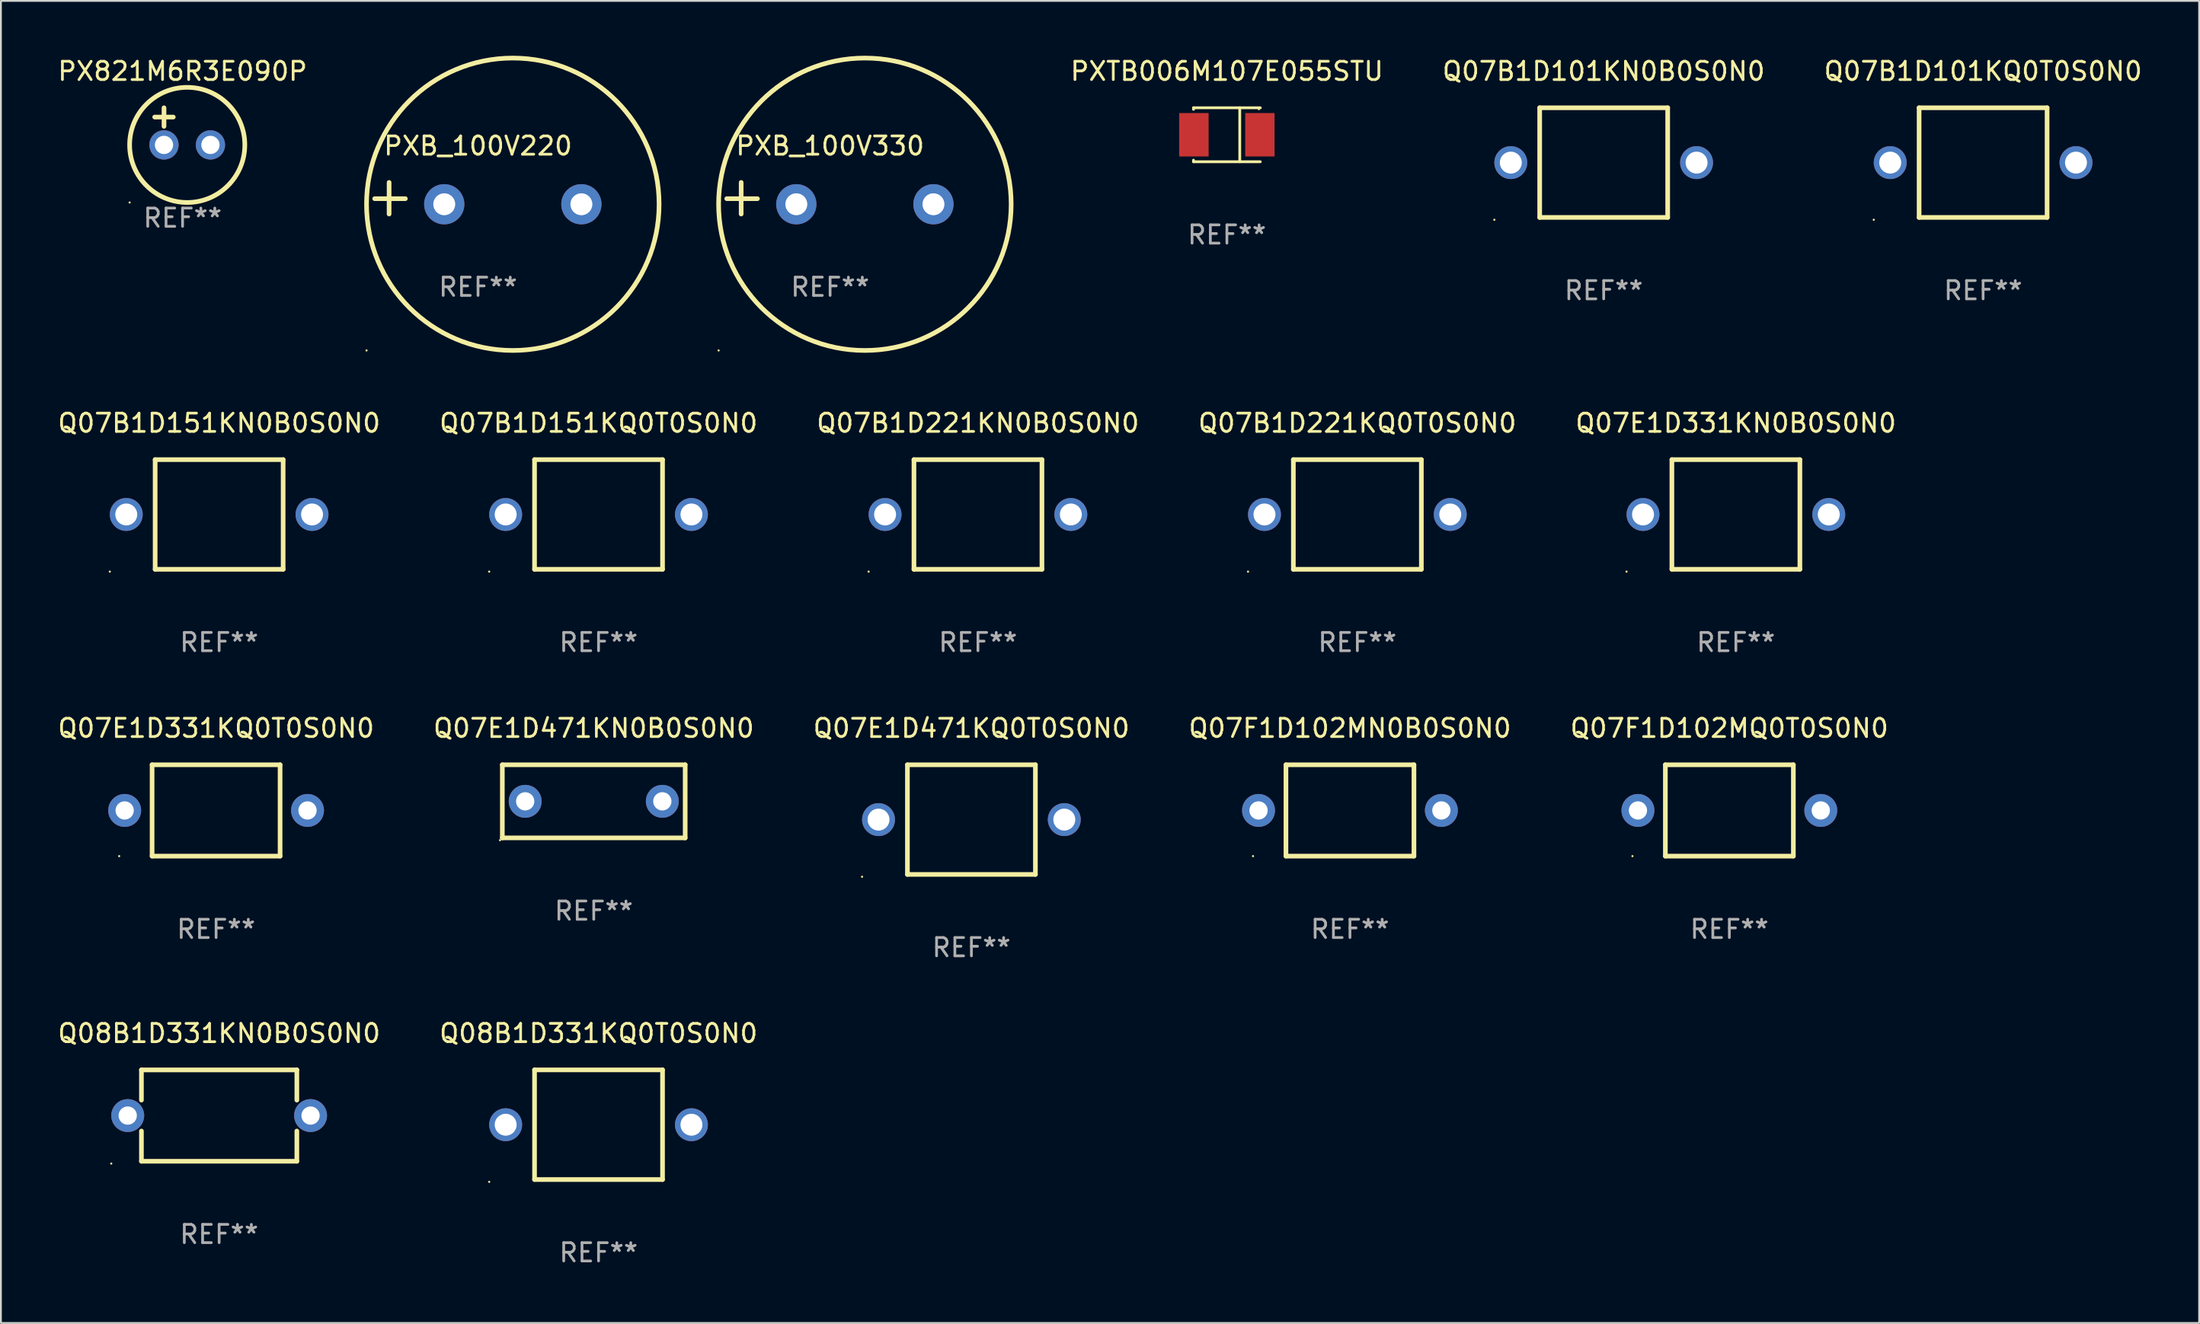
<source format=kicad_pcb>
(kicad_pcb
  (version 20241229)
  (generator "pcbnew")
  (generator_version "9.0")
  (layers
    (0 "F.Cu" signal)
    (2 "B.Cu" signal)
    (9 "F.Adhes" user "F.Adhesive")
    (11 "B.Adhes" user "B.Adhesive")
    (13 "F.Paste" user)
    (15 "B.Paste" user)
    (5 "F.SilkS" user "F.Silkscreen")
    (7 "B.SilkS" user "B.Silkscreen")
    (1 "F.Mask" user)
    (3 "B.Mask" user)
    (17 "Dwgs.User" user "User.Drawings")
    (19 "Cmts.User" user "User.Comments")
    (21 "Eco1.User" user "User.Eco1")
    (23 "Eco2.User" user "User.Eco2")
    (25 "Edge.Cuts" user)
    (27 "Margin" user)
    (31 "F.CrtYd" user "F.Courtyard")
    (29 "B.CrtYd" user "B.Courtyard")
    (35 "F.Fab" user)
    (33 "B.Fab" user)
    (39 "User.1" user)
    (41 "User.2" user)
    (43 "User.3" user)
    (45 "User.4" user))
  (footprint "PXB_100V220"
    (layer "F.Cu")
    (at 23.094 7.797)
    (property "Reference" "PXB_100V220" (at 0 -2.864 0) (layer "F.SilkS") (effects (font (size 1 1) (thickness 0.15))))
    (attr through_hole)
    (fp_line (start -4.864 0.864) (end -4.864 -0.864) (stroke (width 0.254) (type solid)) (layer "F.SilkS"))
    (fp_line (start -3.975 0.025) (end -5.652 0.025) (stroke (width 0.254) (type solid)) (layer "F.SilkS"))
    (fp_circle (center -6.098 8.33) (end -6.068 8.33) (stroke (width 0.06) (type solid)) (fill no) (layer "F.SilkS"))
    (fp_circle (center 1.902 0.33) (end 9.902 0.33) (stroke (width 0.254) (type solid)) (fill no) (layer "F.SilkS"))
    (fp_text user "REF**" (at 0 4.864 0) (layer "F.Fab") (effects (font (size 1 1) (thickness 0.15))))
    (pad "1" thru_hole circle (at -1.848 0.33) (size 2.2 2.2) (drill 1.2) (layers "*.Cu" "*.Mask"))
    (pad "2" thru_hole circle (at 5.652 0.33) (size 2.2 2.2) (drill 1.2) (layers "*.Cu" "*.Mask")))
  (footprint "Q07B1D101KQ0T0S0N0"
    (layer "F.Cu")
    (at 105.407 5.848)
    (property "Reference" "Q07B1D101KQ0T0S0N0" (at 0 -5 0) (layer "F.SilkS") (effects (font (size 1 1) (thickness 0.15))))
    (attr through_hole)
    (fp_line (start -3.5 -3) (end 3.5 -3) (stroke (width 0.254) (type solid)) (layer "F.SilkS"))
    (fp_line (start -3.5 3) (end -3.5 -3) (stroke (width 0.254) (type solid)) (layer "F.SilkS"))
    (fp_line (start 3.5 -3) (end 3.5 3) (stroke (width 0.254) (type solid)) (layer "F.SilkS"))
    (fp_line (start 3.5 3) (end -3.5 3) (stroke (width 0.254) (type solid)) (layer "F.SilkS"))
    (fp_circle (center -5.98 3.127) (end -5.95 3.127) (stroke (width 0.06) (type solid)) (fill no) (layer "F.SilkS"))
    (fp_text user "REF**" (at 0 7 0) (layer "F.Fab") (effects (font (size 1 1) (thickness 0.15))))
    (pad "1" thru_hole circle (at -5.08 0) (size 1.8 1.8) (drill 1.2) (layers "*.Cu" "*.Mask"))
    (pad "2" thru_hole circle (at 5.08 0) (size 1.8 1.8) (drill 1.2) (layers "*.Cu" "*.Mask")))
  (footprint "Q07F1D102MQ0T0S0N0"
    (layer "F.Cu")
    (at 91.53 41.298)
    (property "Reference" "Q07F1D102MQ0T0S0N0" (at 0 -4.499 0) (layer "F.SilkS") (effects (font (size 1 1) (thickness 0.15))))
    (attr through_hole)
    (fp_line (start -3.5 -2.499) (end 3.5 -2.499) (stroke (width 0.254) (type solid)) (layer "F.SilkS"))
    (fp_line (start -3.5 2.499) (end -3.5 -2.499) (stroke (width 0.254) (type solid)) (layer "F.SilkS"))
    (fp_line (start 3.5 -2.499) (end 3.5 2.499) (stroke (width 0.254) (type solid)) (layer "F.SilkS"))
    (fp_line (start 3.5 2.499) (end -3.5 2.499) (stroke (width 0.254) (type solid)) (layer "F.SilkS"))
    (fp_circle (center -5.3 2.5) (end -5.27 2.5) (stroke (width 0.06) (type solid)) (fill no) (layer "F.SilkS"))
    (fp_text user "REF**" (at 0 6.499 0) (layer "F.Fab") (effects (font (size 1 1) (thickness 0.15))))
    (pad "1" thru_hole circle (at -5 0) (size 1.8 1.8) (drill 1) (layers "*.Cu" "*.Mask"))
    (pad "2" thru_hole circle (at 5 0) (size 1.8 1.8) (drill 1) (layers "*.Cu" "*.Mask")))
  (footprint "PX821M6R3E090P"
    (layer "F.Cu")
    (at 6.935 3.864)
    (property "Reference" "PX821M6R3E090P" (at 0 -3.016 0) (layer "F.SilkS") (effects (font (size 1 1) (thickness 0.15))))
    (attr through_hole)
    (fp_line (start -1.524 -0.508) (end -0.508 -0.508) (stroke (width 0.254) (type solid)) (layer "F.SilkS"))
    (fp_line (start -1.016 -1.016) (end -1.016 0) (stroke (width 0.254) (type solid)) (layer "F.SilkS"))
    (fp_circle (center -2.896 4.166) (end -2.866 4.166) (stroke (width 0.06) (type solid)) (fill no) (layer "F.SilkS"))
    (fp_circle (center 0.254 1.016) (end 3.404 1.016) (stroke (width 0.254) (type solid)) (fill no) (layer "F.SilkS"))
    (fp_text user "REF**" (at 0 5.016 0) (layer "F.Fab") (effects (font (size 1 1) (thickness 0.15))))
    (pad "1" thru_hole circle (at -1.016 1.016) (size 1.6 1.6) (drill 1) (layers "*.Cu" "*.Mask"))
    (pad "2" thru_hole circle (at 1.524 1.016) (size 1.6 1.6) (drill 1) (layers "*.Cu" "*.Mask")))
  (footprint "Q07B1D221KQ0T0S0N0"
    (layer "F.Cu")
    (at 71.185 25.102)
    (property "Reference" "Q07B1D221KQ0T0S0N0" (at 0 -5 0) (layer "F.SilkS") (effects (font (size 1 1) (thickness 0.15))))
    (attr through_hole)
    (fp_line (start -3.5 -3) (end 3.5 -3) (stroke (width 0.254) (type solid)) (layer "F.SilkS"))
    (fp_line (start -3.5 3) (end -3.5 -3) (stroke (width 0.254) (type solid)) (layer "F.SilkS"))
    (fp_line (start 3.5 -3) (end 3.5 3) (stroke (width 0.254) (type solid)) (layer "F.SilkS"))
    (fp_line (start 3.5 3) (end -3.5 3) (stroke (width 0.254) (type solid)) (layer "F.SilkS"))
    (fp_circle (center -5.98 3.127) (end -5.95 3.127) (stroke (width 0.06) (type solid)) (fill no) (layer "F.SilkS"))
    (fp_text user "REF**" (at 0 7 0) (layer "F.Fab") (effects (font (size 1 1) (thickness 0.15))))
    (pad "1" thru_hole circle (at -5.08 0) (size 1.8 1.8) (drill 1.2) (layers "*.Cu" "*.Mask"))
    (pad "2" thru_hole circle (at 5.08 0) (size 1.8 1.8) (drill 1.2) (layers "*.Cu" "*.Mask")))
  (footprint "Q07B1D221KN0B0S0N0"
    (layer "F.Cu")
    (at 50.435 25.102)
    (property "Reference" "Q07B1D221KN0B0S0N0" (at 0 -5 0) (layer "F.SilkS") (effects (font (size 1 1) (thickness 0.15))))
    (attr through_hole)
    (fp_line (start -3.5 -3) (end 3.5 -3) (stroke (width 0.254) (type solid)) (layer "F.SilkS"))
    (fp_line (start -3.5 3) (end -3.5 -3) (stroke (width 0.254) (type solid)) (layer "F.SilkS"))
    (fp_line (start 3.5 -3) (end 3.5 3) (stroke (width 0.254) (type solid)) (layer "F.SilkS"))
    (fp_line (start 3.5 3) (end -3.5 3) (stroke (width 0.254) (type solid)) (layer "F.SilkS"))
    (fp_circle (center -5.98 3.127) (end -5.95 3.127) (stroke (width 0.06) (type solid)) (fill no) (layer "F.SilkS"))
    (fp_text user "REF**" (at 0 7 0) (layer "F.Fab") (effects (font (size 1 1) (thickness 0.15))))
    (pad "1" thru_hole circle (at -5.08 0) (size 1.8 1.8) (drill 1.2) (layers "*.Cu" "*.Mask"))
    (pad "2" thru_hole circle (at 5.08 0) (size 1.8 1.8) (drill 1.2) (layers "*.Cu" "*.Mask")))
  (footprint "Q07B1D101KN0B0S0N0"
    (layer "F.Cu")
    (at 84.657 5.848)
    (property "Reference" "Q07B1D101KN0B0S0N0" (at 0 -5 0) (layer "F.SilkS") (effects (font (size 1 1) (thickness 0.15))))
    (attr through_hole)
    (fp_line (start -3.5 -3) (end 3.5 -3) (stroke (width 0.254) (type solid)) (layer "F.SilkS"))
    (fp_line (start -3.5 3) (end -3.5 -3) (stroke (width 0.254) (type solid)) (layer "F.SilkS"))
    (fp_line (start 3.5 -3) (end 3.5 3) (stroke (width 0.254) (type solid)) (layer "F.SilkS"))
    (fp_line (start 3.5 3) (end -3.5 3) (stroke (width 0.254) (type solid)) (layer "F.SilkS"))
    (fp_circle (center -5.98 3.127) (end -5.95 3.127) (stroke (width 0.06) (type solid)) (fill no) (layer "F.SilkS"))
    (fp_text user "REF**" (at 0 7 0) (layer "F.Fab") (effects (font (size 1 1) (thickness 0.15))))
    (pad "1" thru_hole circle (at -5.08 0) (size 1.8 1.8) (drill 1.2) (layers "*.Cu" "*.Mask"))
    (pad "2" thru_hole circle (at 5.08 0) (size 1.8 1.8) (drill 1.2) (layers "*.Cu" "*.Mask")))
  (footprint "Q07E1D331KN0B0S0N0"
    (layer "F.Cu")
    (at 91.887 25.102)
    (property "Reference" "Q07E1D331KN0B0S0N0" (at 0 -5 0) (layer "F.SilkS") (effects (font (size 1 1) (thickness 0.15))))
    (attr through_hole)
    (fp_line (start -3.5 -3) (end 3.5 -3) (stroke (width 0.254) (type solid)) (layer "F.SilkS"))
    (fp_line (start -3.5 3) (end -3.5 -3) (stroke (width 0.254) (type solid)) (layer "F.SilkS"))
    (fp_line (start 3.5 -3) (end 3.5 3) (stroke (width 0.254) (type solid)) (layer "F.SilkS"))
    (fp_line (start 3.5 3) (end -3.5 3) (stroke (width 0.254) (type solid)) (layer "F.SilkS"))
    (fp_circle (center -5.98 3.127) (end -5.95 3.127) (stroke (width 0.06) (type solid)) (fill no) (layer "F.SilkS"))
    (fp_text user "REF**" (at 0 7 0) (layer "F.Fab") (effects (font (size 1 1) (thickness 0.15))))
    (pad "1" thru_hole circle (at -5.08 0) (size 1.8 1.8) (drill 1.2) (layers "*.Cu" "*.Mask"))
    (pad "2" thru_hole circle (at 5.08 0) (size 1.8 1.8) (drill 1.2) (layers "*.Cu" "*.Mask")))
  (footprint "PXB_100V330"
    (layer "F.Cu")
    (at 42.349 7.797)
    (property "Reference" "PXB_100V330" (at 0 -2.864 0) (layer "F.SilkS") (effects (font (size 1 1) (thickness 0.15))))
    (attr through_hole)
    (fp_line (start -4.864 0.864) (end -4.864 -0.864) (stroke (width 0.254) (type solid)) (layer "F.SilkS"))
    (fp_line (start -3.975 0.025) (end -5.652 0.025) (stroke (width 0.254) (type solid)) (layer "F.SilkS"))
    (fp_circle (center -6.098 8.33) (end -6.068 8.33) (stroke (width 0.06) (type solid)) (fill no) (layer "F.SilkS"))
    (fp_circle (center 1.902 0.33) (end 9.902 0.33) (stroke (width 0.254) (type solid)) (fill no) (layer "F.SilkS"))
    (fp_text user "REF**" (at 0 4.864 0) (layer "F.Fab") (effects (font (size 1 1) (thickness 0.15))))
    (pad "1" thru_hole circle (at -1.848 0.33) (size 2.2 2.2) (drill 1.2) (layers "*.Cu" "*.Mask"))
    (pad "2" thru_hole circle (at 5.652 0.33) (size 2.2 2.2) (drill 1.2) (layers "*.Cu" "*.Mask")))
  (footprint "Q08B1D331KN0B0S0N0"
    (layer "F.Cu")
    (at 8.935 57.995)
    (property "Reference" "Q08B1D331KN0B0S0N0" (at 0 -4.499 0) (layer "F.SilkS") (effects (font (size 1 1) (thickness 0.15))))
    (attr through_hole)
    (fp_line (start -4.25 -2.499) (end -4.25 -0.846) (stroke (width 0.254) (type solid)) (layer "F.SilkS"))
    (fp_line (start -4.25 -2.499) (end 4.25 -2.499) (stroke (width 0.254) (type solid)) (layer "F.SilkS"))
    (fp_line (start -4.25 0.846) (end -4.25 2.499) (stroke (width 0.254) (type solid)) (layer "F.SilkS"))
    (fp_line (start 4.25 -0.846) (end 4.25 -2.499) (stroke (width 0.254) (type solid)) (layer "F.SilkS"))
    (fp_line (start 4.25 2.499) (end -4.25 2.499) (stroke (width 0.254) (type solid)) (layer "F.SilkS"))
    (fp_line (start 4.25 2.499) (end 4.25 0.846) (stroke (width 0.254) (type solid)) (layer "F.SilkS"))
    (fp_circle (center -5.9 2.626) (end -5.87 2.626) (stroke (width 0.06) (type solid)) (fill no) (layer "F.SilkS"))
    (fp_text user "REF**" (at 0 6.499 0) (layer "F.Fab") (effects (font (size 1 1) (thickness 0.15))))
    (pad "1" thru_hole circle (at -5 0) (size 1.8 1.8) (drill 1) (layers "*.Cu" "*.Mask"))
    (pad "2" thru_hole circle (at 5 0) (size 1.8 1.8) (drill 1) (layers "*.Cu" "*.Mask")))
  (footprint "PXTB006M107E055STU"
    (layer "F.Cu")
    (at 64.05 4.324)
    (property "Reference" "PXTB006M107E055STU" (at 0 -3.476 0) (layer "F.SilkS") (effects (font (size 1 1) (thickness 0.15))))
    (attr through_hole)
    (fp_line (start -1.826 -1.476) (end -1.826 -1.391) (stroke (width 0.152) (type solid)) (layer "F.SilkS"))
    (fp_line (start -1.826 -1.476) (end 1.826 -1.476) (stroke (width 0.152) (type solid)) (layer "F.SilkS"))
    (fp_line (start -1.826 1.476) (end -1.826 1.391) (stroke (width 0.152) (type solid)) (layer "F.SilkS"))
    (fp_line (start -1.826 1.476) (end 1.826 1.476) (stroke (width 0.152) (type solid)) (layer "F.SilkS"))
    (fp_line (start 0.704 -1.476) (end 0.704 1.476) (stroke (width 0.152) (type solid)) (layer "F.SilkS"))
    (fp_circle (center 1.75 -1.4) (end 1.78 -1.4) (stroke (width 0.06) (type solid)) (fill no) (layer "F.SilkS"))
    (fp_text user "REF**" (at 0 5.476 0) (layer "F.Fab") (effects (font (size 1 1) (thickness 0.15))))
    (pad "1" smd rect (at 1.804 0) (size 1.607 2.376) (layers "F.Cu" "F.Mask" "F.Paste"))
    (pad "2" smd rect (at -1.804 0) (size 1.607 2.376) (layers "F.Cu" "F.Mask" "F.Paste")))
  (footprint "Q07E1D471KQ0T0S0N0"
    (layer "F.Cu")
    (at 50.077 41.799)
    (property "Reference" "Q07E1D471KQ0T0S0N0" (at 0 -5 0) (layer "F.SilkS") (effects (font (size 1 1) (thickness 0.15))))
    (attr through_hole)
    (fp_line (start -3.5 -3) (end 3.5 -3) (stroke (width 0.254) (type solid)) (layer "F.SilkS"))
    (fp_line (start -3.5 3) (end -3.5 -3) (stroke (width 0.254) (type solid)) (layer "F.SilkS"))
    (fp_line (start 3.5 -3) (end 3.5 3) (stroke (width 0.254) (type solid)) (layer "F.SilkS"))
    (fp_line (start 3.5 3) (end -3.5 3) (stroke (width 0.254) (type solid)) (layer "F.SilkS"))
    (fp_circle (center -5.98 3.127) (end -5.95 3.127) (stroke (width 0.06) (type solid)) (fill no) (layer "F.SilkS"))
    (fp_text user "REF**" (at 0 7 0) (layer "F.Fab") (effects (font (size 1 1) (thickness 0.15))))
    (pad "1" thru_hole circle (at -5.08 0) (size 1.8 1.8) (drill 1.2) (layers "*.Cu" "*.Mask"))
    (pad "2" thru_hole circle (at 5.08 0) (size 1.8 1.8) (drill 1.2) (layers "*.Cu" "*.Mask")))
  (footprint "Q07F1D102MN0B0S0N0"
    (layer "F.Cu")
    (at 70.78 41.298)
    (property "Reference" "Q07F1D102MN0B0S0N0" (at 0 -4.499 0) (layer "F.SilkS") (effects (font (size 1 1) (thickness 0.15))))
    (attr through_hole)
    (fp_line (start -3.5 -2.499) (end 3.5 -2.499) (stroke (width 0.254) (type solid)) (layer "F.SilkS"))
    (fp_line (start -3.5 2.499) (end -3.5 -2.499) (stroke (width 0.254) (type solid)) (layer "F.SilkS"))
    (fp_line (start 3.5 -2.499) (end 3.5 2.499) (stroke (width 0.254) (type solid)) (layer "F.SilkS"))
    (fp_line (start 3.5 2.499) (end -3.5 2.499) (stroke (width 0.254) (type solid)) (layer "F.SilkS"))
    (fp_circle (center -5.3 2.5) (end -5.27 2.5) (stroke (width 0.06) (type solid)) (fill no) (layer "F.SilkS"))
    (fp_text user "REF**" (at 0 6.499 0) (layer "F.Fab") (effects (font (size 1 1) (thickness 0.15))))
    (pad "1" thru_hole circle (at -5 0) (size 1.8 1.8) (drill 1) (layers "*.Cu" "*.Mask"))
    (pad "2" thru_hole circle (at 5 0) (size 1.8 1.8) (drill 1) (layers "*.Cu" "*.Mask")))
  (footprint "Q08B1D331KQ0T0S0N0"
    (layer "F.Cu")
    (at 29.685 58.495)
    (property "Reference" "Q08B1D331KQ0T0S0N0" (at 0 -5 0) (layer "F.SilkS") (effects (font (size 1 1) (thickness 0.15))))
    (attr through_hole)
    (fp_line (start -3.5 -3) (end 3.5 -3) (stroke (width 0.254) (type solid)) (layer "F.SilkS"))
    (fp_line (start -3.5 3) (end -3.5 -3) (stroke (width 0.254) (type solid)) (layer "F.SilkS"))
    (fp_line (start 3.5 -3) (end 3.5 3) (stroke (width 0.254) (type solid)) (layer "F.SilkS"))
    (fp_line (start 3.5 3) (end -3.5 3) (stroke (width 0.254) (type solid)) (layer "F.SilkS"))
    (fp_circle (center -5.98 3.127) (end -5.95 3.127) (stroke (width 0.06) (type solid)) (fill no) (layer "F.SilkS"))
    (fp_text user "REF**" (at 0 7 0) (layer "F.Fab") (effects (font (size 1 1) (thickness 0.15))))
    (pad "1" thru_hole circle (at -5.08 0) (size 1.8 1.8) (drill 1.2) (layers "*.Cu" "*.Mask"))
    (pad "2" thru_hole circle (at 5.08 0) (size 1.8 1.8) (drill 1.2) (layers "*.Cu" "*.Mask")))
  (footprint "Q07E1D471KN0B0S0N0"
    (layer "F.Cu")
    (at 29.423 40.799)
    (property "Reference" "Q07E1D471KN0B0S0N0" (at 0 -4 0) (layer "F.SilkS") (effects (font (size 1 1) (thickness 0.15))))
    (attr through_hole)
    (fp_line (start -5 -2) (end 5 -2) (stroke (width 0.254) (type solid)) (layer "F.SilkS"))
    (fp_line (start -5 2) (end -5 -2) (stroke (width 0.254) (type solid)) (layer "F.SilkS"))
    (fp_line (start 5 -2) (end 5 2) (stroke (width 0.254) (type solid)) (layer "F.SilkS"))
    (fp_line (start 5 2) (end -5 2) (stroke (width 0.254) (type solid)) (layer "F.SilkS"))
    (fp_circle (center -5.127 2.127) (end -5.097 2.127) (stroke (width 0.06) (type solid)) (fill no) (layer "F.SilkS"))
    (fp_text user "REF**" (at 0 6 0) (layer "F.Fab") (effects (font (size 1 1) (thickness 0.15))))
    (pad "1" thru_hole circle (at -3.75 0) (size 1.8 1.8) (drill 1) (layers "*.Cu" "*.Mask"))
    (pad "2" thru_hole circle (at 3.75 0) (size 1.8 1.8) (drill 1) (layers "*.Cu" "*.Mask")))
  (footprint "Q07B1D151KN0B0S0N0"
    (layer "F.Cu")
    (at 8.935 25.102)
    (property "Reference" "Q07B1D151KN0B0S0N0" (at 0 -5 0) (layer "F.SilkS") (effects (font (size 1 1) (thickness 0.15))))
    (attr through_hole)
    (fp_line (start -3.5 -3) (end 3.5 -3) (stroke (width 0.254) (type solid)) (layer "F.SilkS"))
    (fp_line (start -3.5 3) (end -3.5 -3) (stroke (width 0.254) (type solid)) (layer "F.SilkS"))
    (fp_line (start 3.5 -3) (end 3.5 3) (stroke (width 0.254) (type solid)) (layer "F.SilkS"))
    (fp_line (start 3.5 3) (end -3.5 3) (stroke (width 0.254) (type solid)) (layer "F.SilkS"))
    (fp_circle (center -5.98 3.127) (end -5.95 3.127) (stroke (width 0.06) (type solid)) (fill no) (layer "F.SilkS"))
    (fp_text user "REF**" (at 0 7 0) (layer "F.Fab") (effects (font (size 1 1) (thickness 0.15))))
    (pad "1" thru_hole circle (at -5.08 0) (size 1.8 1.8) (drill 1.2) (layers "*.Cu" "*.Mask"))
    (pad "2" thru_hole circle (at 5.08 0) (size 1.8 1.8) (drill 1.2) (layers "*.Cu" "*.Mask")))
  (footprint "Q07B1D151KQ0T0S0N0"
    (layer "F.Cu")
    (at 29.685 25.102)
    (property "Reference" "Q07B1D151KQ0T0S0N0" (at 0 -5 0) (layer "F.SilkS") (effects (font (size 1 1) (thickness 0.15))))
    (attr through_hole)
    (fp_line (start -3.5 -3) (end 3.5 -3) (stroke (width 0.254) (type solid)) (layer "F.SilkS"))
    (fp_line (start -3.5 3) (end -3.5 -3) (stroke (width 0.254) (type solid)) (layer "F.SilkS"))
    (fp_line (start 3.5 -3) (end 3.5 3) (stroke (width 0.254) (type solid)) (layer "F.SilkS"))
    (fp_line (start 3.5 3) (end -3.5 3) (stroke (width 0.254) (type solid)) (layer "F.SilkS"))
    (fp_circle (center -5.98 3.127) (end -5.95 3.127) (stroke (width 0.06) (type solid)) (fill no) (layer "F.SilkS"))
    (fp_text user "REF**" (at 0 7 0) (layer "F.Fab") (effects (font (size 1 1) (thickness 0.15))))
    (pad "1" thru_hole circle (at -5.08 0) (size 1.8 1.8) (drill 1.2) (layers "*.Cu" "*.Mask"))
    (pad "2" thru_hole circle (at 5.08 0) (size 1.8 1.8) (drill 1.2) (layers "*.Cu" "*.Mask")))
  (footprint "Q07E1D331KQ0T0S0N0"
    (layer "F.Cu")
    (at 8.768 41.298)
    (property "Reference" "Q07E1D331KQ0T0S0N0" (at 0 -4.499 0) (layer "F.SilkS") (effects (font (size 1 1) (thickness 0.15))))
    (attr through_hole)
    (fp_line (start -3.5 -2.499) (end 3.5 -2.499) (stroke (width 0.254) (type solid)) (layer "F.SilkS"))
    (fp_line (start -3.5 2.499) (end -3.5 -2.499) (stroke (width 0.254) (type solid)) (layer "F.SilkS"))
    (fp_line (start 3.5 -2.499) (end 3.5 2.499) (stroke (width 0.254) (type solid)) (layer "F.SilkS"))
    (fp_line (start 3.5 2.499) (end -3.5 2.499) (stroke (width 0.254) (type solid)) (layer "F.SilkS"))
    (fp_circle (center -5.3 2.5) (end -5.27 2.5) (stroke (width 0.06) (type solid)) (fill no) (layer "F.SilkS"))
    (fp_text user "REF**" (at 0 6.499 0) (layer "F.Fab") (effects (font (size 1 1) (thickness 0.15))))
    (pad "1" thru_hole circle (at -5 0) (size 1.8 1.8) (drill 1) (layers "*.Cu" "*.Mask"))
    (pad "2" thru_hole circle (at 5 0) (size 1.8 1.8) (drill 1) (layers "*.Cu" "*.Mask")))
  (gr_rect
    (start -3 -3)
    (end 117.222 69.344)
    (stroke (width 0.1) (type default))
    (fill no)
    (layer "Edge.Cuts")))
</source>
